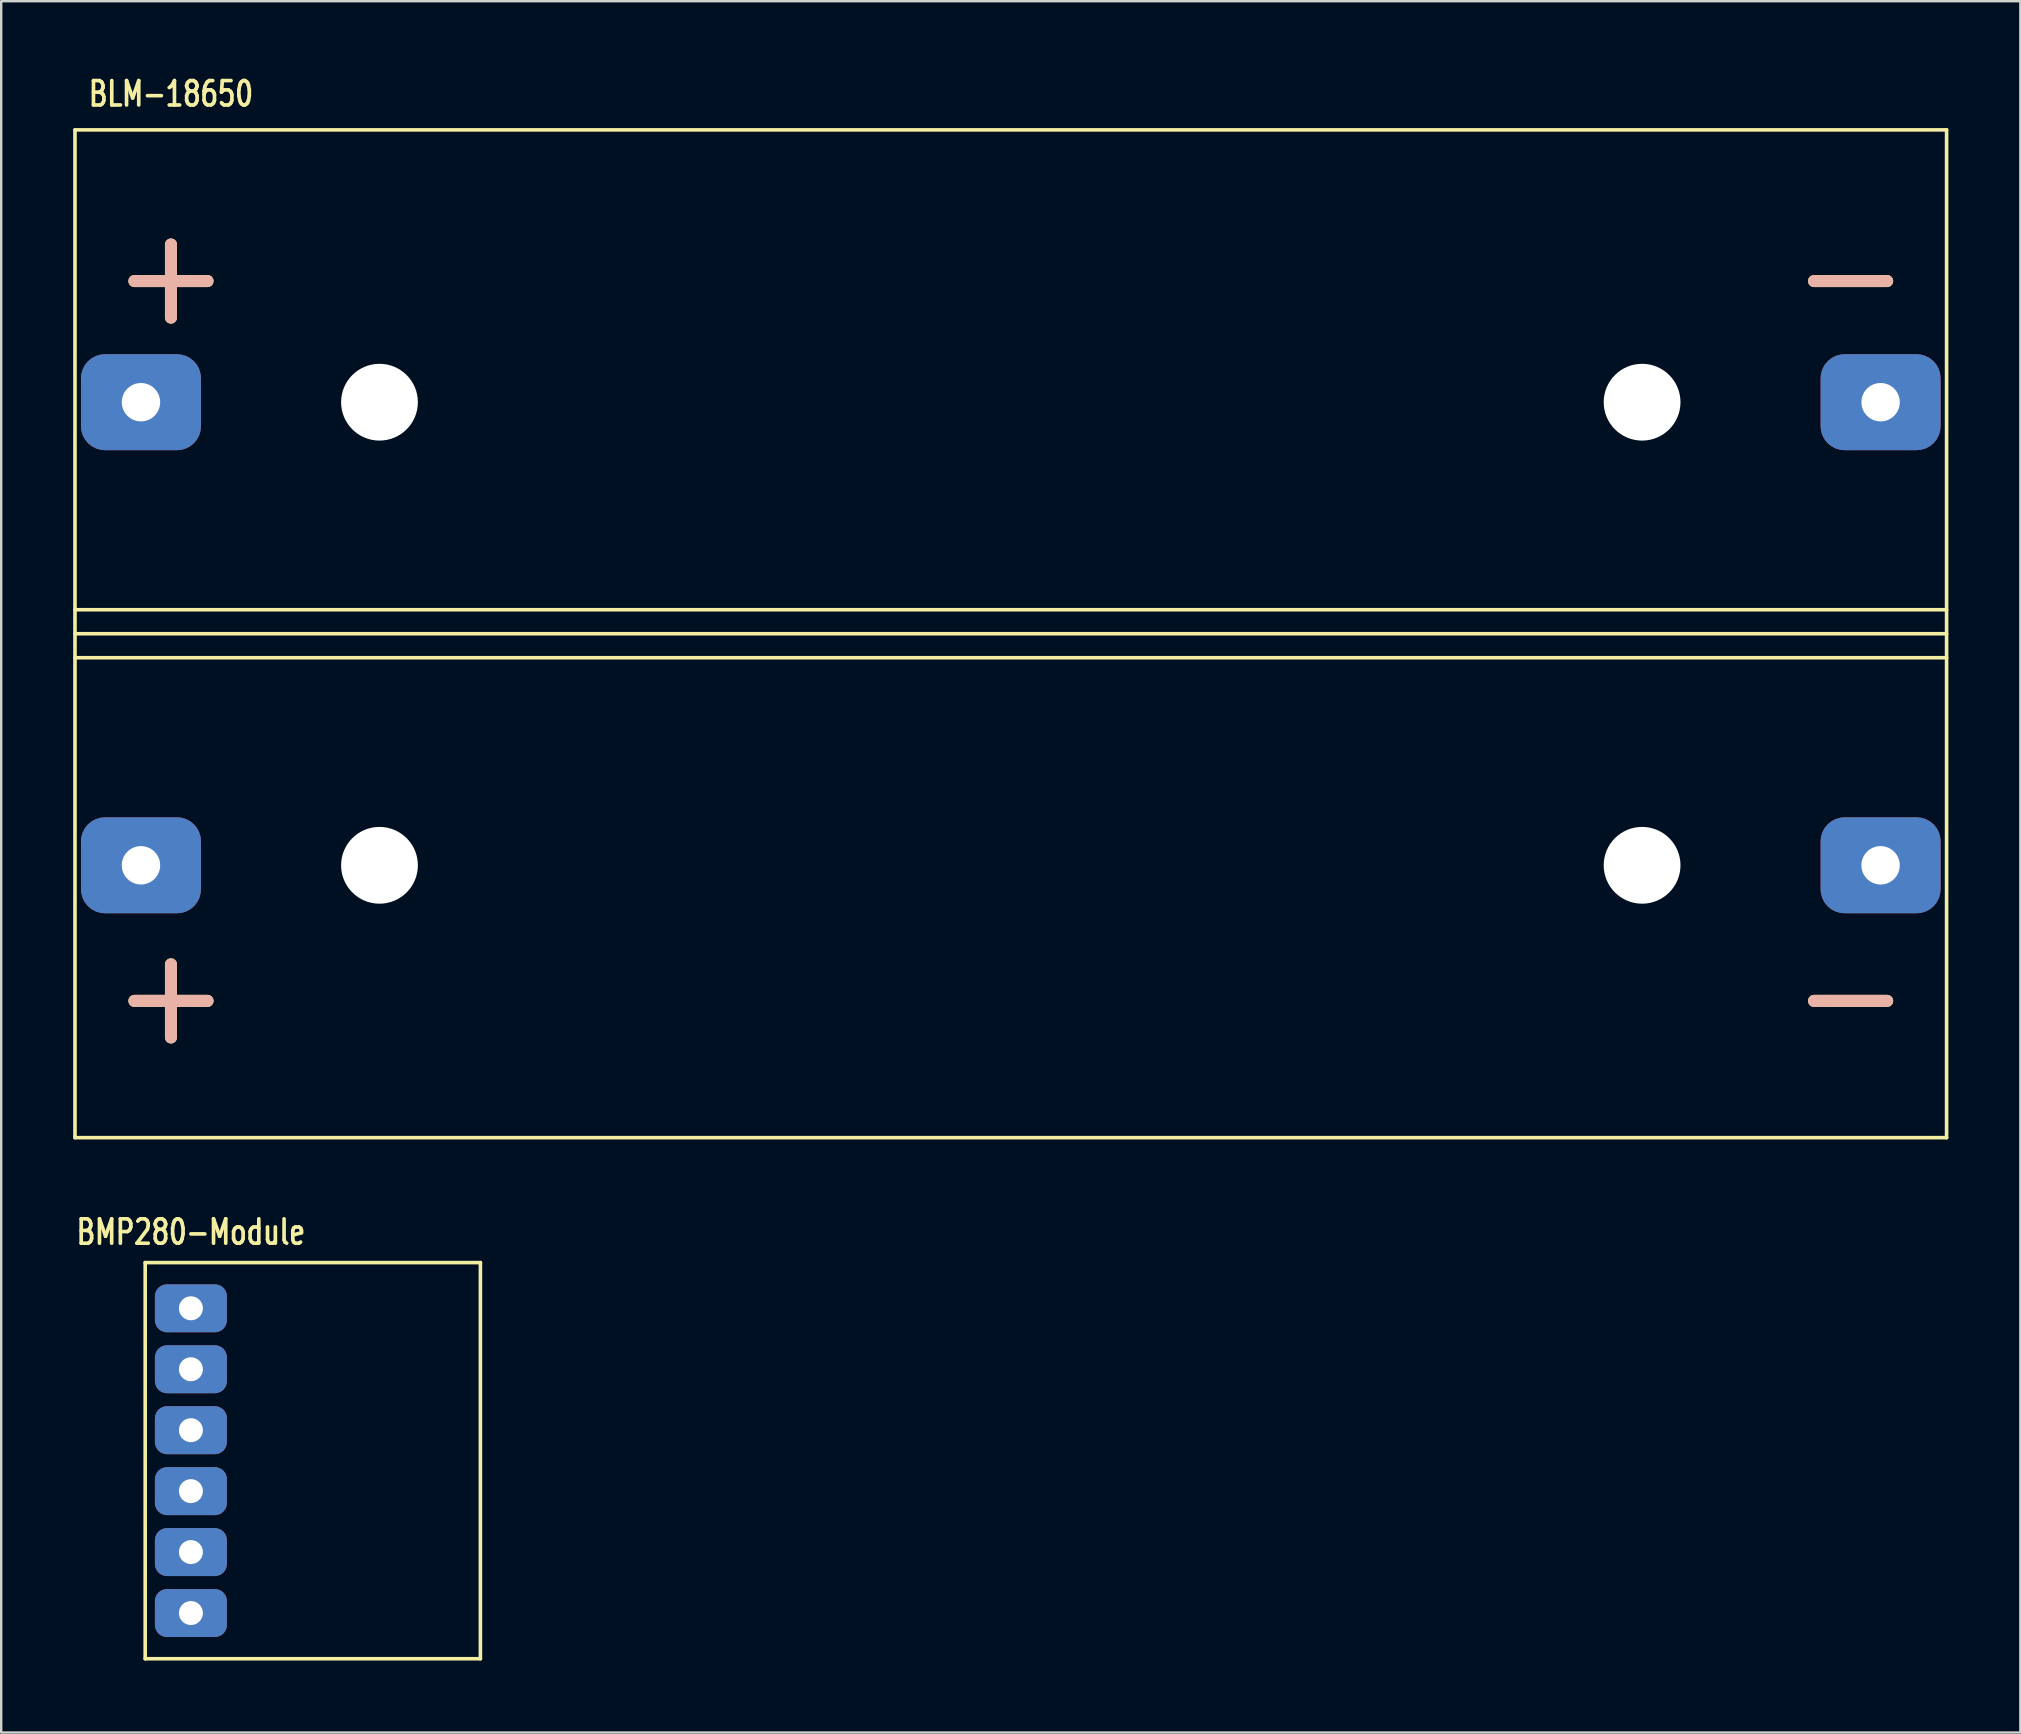
<source format=kicad_pcb>
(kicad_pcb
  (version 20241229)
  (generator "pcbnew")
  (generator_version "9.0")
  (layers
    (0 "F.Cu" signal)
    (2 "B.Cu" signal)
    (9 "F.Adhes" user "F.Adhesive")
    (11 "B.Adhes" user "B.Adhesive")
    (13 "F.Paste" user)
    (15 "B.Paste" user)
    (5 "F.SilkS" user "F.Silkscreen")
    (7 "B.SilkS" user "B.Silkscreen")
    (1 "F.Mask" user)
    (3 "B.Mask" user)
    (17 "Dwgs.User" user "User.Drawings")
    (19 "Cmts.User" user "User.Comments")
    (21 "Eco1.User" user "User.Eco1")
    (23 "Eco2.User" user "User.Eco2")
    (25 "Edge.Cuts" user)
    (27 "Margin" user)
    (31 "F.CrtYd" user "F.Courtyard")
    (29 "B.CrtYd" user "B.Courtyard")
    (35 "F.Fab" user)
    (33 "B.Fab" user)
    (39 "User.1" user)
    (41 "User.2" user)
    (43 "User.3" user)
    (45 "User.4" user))
  (footprint "BLM-18650"
    (layer "F.Cu")
    (at 39.075 23.362)
    (property "Reference" "BLM-18650" (at -35 -22.5 0) (layer "F.SilkS") (effects (font (size 1.016 0.762) (thickness 0.152))))
    (attr through_hole)
    (fp_line (start -39 -21) (end 39 -21) (stroke (width 0.15) (type solid)) (layer "F.SilkS"))
    (fp_line (start -39 -1) (end 39 -1) (stroke (width 0.15) (type solid)) (layer "F.SilkS"))
    (fp_line (start -39 0) (end 39 0) (stroke (width 0.15) (type solid)) (layer "F.SilkS"))
    (fp_line (start -39 21) (end -39 -21) (stroke (width 0.15) (type solid)) (layer "F.SilkS"))
    (fp_line (start 39 -21) (end 39 21) (stroke (width 0.15) (type solid)) (layer "F.SilkS"))
    (fp_line (start 39 1) (end -39 1) (stroke (width 0.15) (type solid)) (layer "F.SilkS"))
    (fp_line (start 39 21) (end -39 21) (stroke (width 0.15) (type solid)) (layer "F.SilkS"))
    (fp_text user "-" (at 35 15 0) (layer "F.SilkS") (effects (font (size 4 4) (thickness 0.5))))
    (fp_text user "+" (at -35 15 0) (layer "F.SilkS") (effects (font (size 4 4) (thickness 0.5))))
    (fp_text user "-" (at 35 -15 0) (layer "F.SilkS") (effects (font (size 4 4) (thickness 0.5))))
    (fp_text user "+" (at -35 -15 0) (layer "F.SilkS") (effects (font (size 4 4) (thickness 0.5))))
    (fp_text user "+" (at -35 -15 0) (layer "B.SilkS") (effects (font (size 4 4) (thickness 0.5)) (justify mirror)))
    (fp_text user "+" (at -35 15 0) (layer "B.SilkS") (effects (font (size 4 4) (thickness 0.5)) (justify mirror)))
    (fp_text user "-" (at 35 -15 0) (layer "B.SilkS") (effects (font (size 4 4) (thickness 0.5)) (justify mirror)))
    (fp_text user "-" (at 35 15 0) (layer "B.SilkS") (effects (font (size 4 4) (thickness 0.5)) (justify mirror)))
    (pad "" np_thru_hole circle (at -26.31 -9.65) (size 3.2 3.2) (drill 3.2) (layers "*.Cu" "*.Mask"))
    (pad "" np_thru_hole circle (at -26.31 9.65) (size 3.2 3.2) (drill 3.2) (layers "*.Cu" "*.Mask"))
    (pad "" np_thru_hole circle (at 26.31 -9.65) (size 3.2 3.2) (drill 3.2) (layers "*.Cu" "*.Mask"))
    (pad "" np_thru_hole circle (at 26.31 9.65) (size 3.2 3.2) (drill 3.2) (layers "*.Cu" "*.Mask"))
    (pad "B1m" thru_hole roundrect (at 36.25 -9.65) (size 5 4) (drill 1.6) (layers "*.Cu" "*.Mask") (roundrect_rratio 0.25))
    (pad "B1p" thru_hole roundrect (at -36.25 -9.65) (size 5 4) (drill 1.6) (layers "*.Cu" "*.Mask") (roundrect_rratio 0.25))
    (pad "B2m" thru_hole roundrect (at 36.25 9.65) (size 5 4) (drill 1.6) (layers "*.Cu" "*.Mask") (roundrect_rratio 0.25))
    (pad "B2p" thru_hole roundrect (at -36.25 9.65) (size 5 4) (drill 1.6) (layers "*.Cu" "*.Mask") (roundrect_rratio 0.25)))
  (footprint "BMP280-Module"
    (layer "F.Cu")
    (at 4.906 57.824)
    (property "Reference" "BMP280-Module" (at 0 -9.525 0) (layer "F.SilkS") (effects (font (size 1.016 0.762) (thickness 0.152))))
    (attr through_hole)
    (fp_line (start -1.905 8.255) (end -1.905 -8.255) (stroke (width 0.15) (type solid)) (layer "F.SilkS"))
    (fp_line (start 12.065 -8.255) (end -1.905 -8.255) (stroke (width 0.15) (type solid)) (layer "F.SilkS"))
    (fp_line (start 12.065 -8.255) (end 12.065 8.255) (stroke (width 0.15) (type solid)) (layer "F.SilkS"))
    (fp_line (start 12.065 8.255) (end -1.905 8.255) (stroke (width 0.15) (type solid)) (layer "F.SilkS"))
    (pad "1" thru_hole roundrect (at 0 -6.35) (size 3 2) (drill 1) (layers "*.Cu" "*.Mask") (roundrect_rratio 0.25))
    (pad "2" thru_hole roundrect (at 0 -3.81) (size 3 2) (drill 1) (layers "*.Cu" "*.Mask") (roundrect_rratio 0.25))
    (pad "3" thru_hole roundrect (at 0 -1.27) (size 3 2) (drill 1) (layers "*.Cu" "*.Mask") (roundrect_rratio 0.25))
    (pad "4" thru_hole roundrect (at 0 1.27) (size 3 2) (drill 1) (layers "*.Cu" "*.Mask") (roundrect_rratio 0.25))
    (pad "5" thru_hole roundrect (at 0 3.81) (size 3 2) (drill 1) (layers "*.Cu" "*.Mask") (roundrect_rratio 0.25))
    (pad "6" thru_hole roundrect (at 0 6.35) (size 3 2) (drill 1) (layers "*.Cu" "*.Mask") (roundrect_rratio 0.25)))
  (gr_rect
    (start -3 -3)
    (end 81.15 69.154)
    (stroke (width 0.1) (type default))
    (fill no)
    (layer "Edge.Cuts")))
</source>
